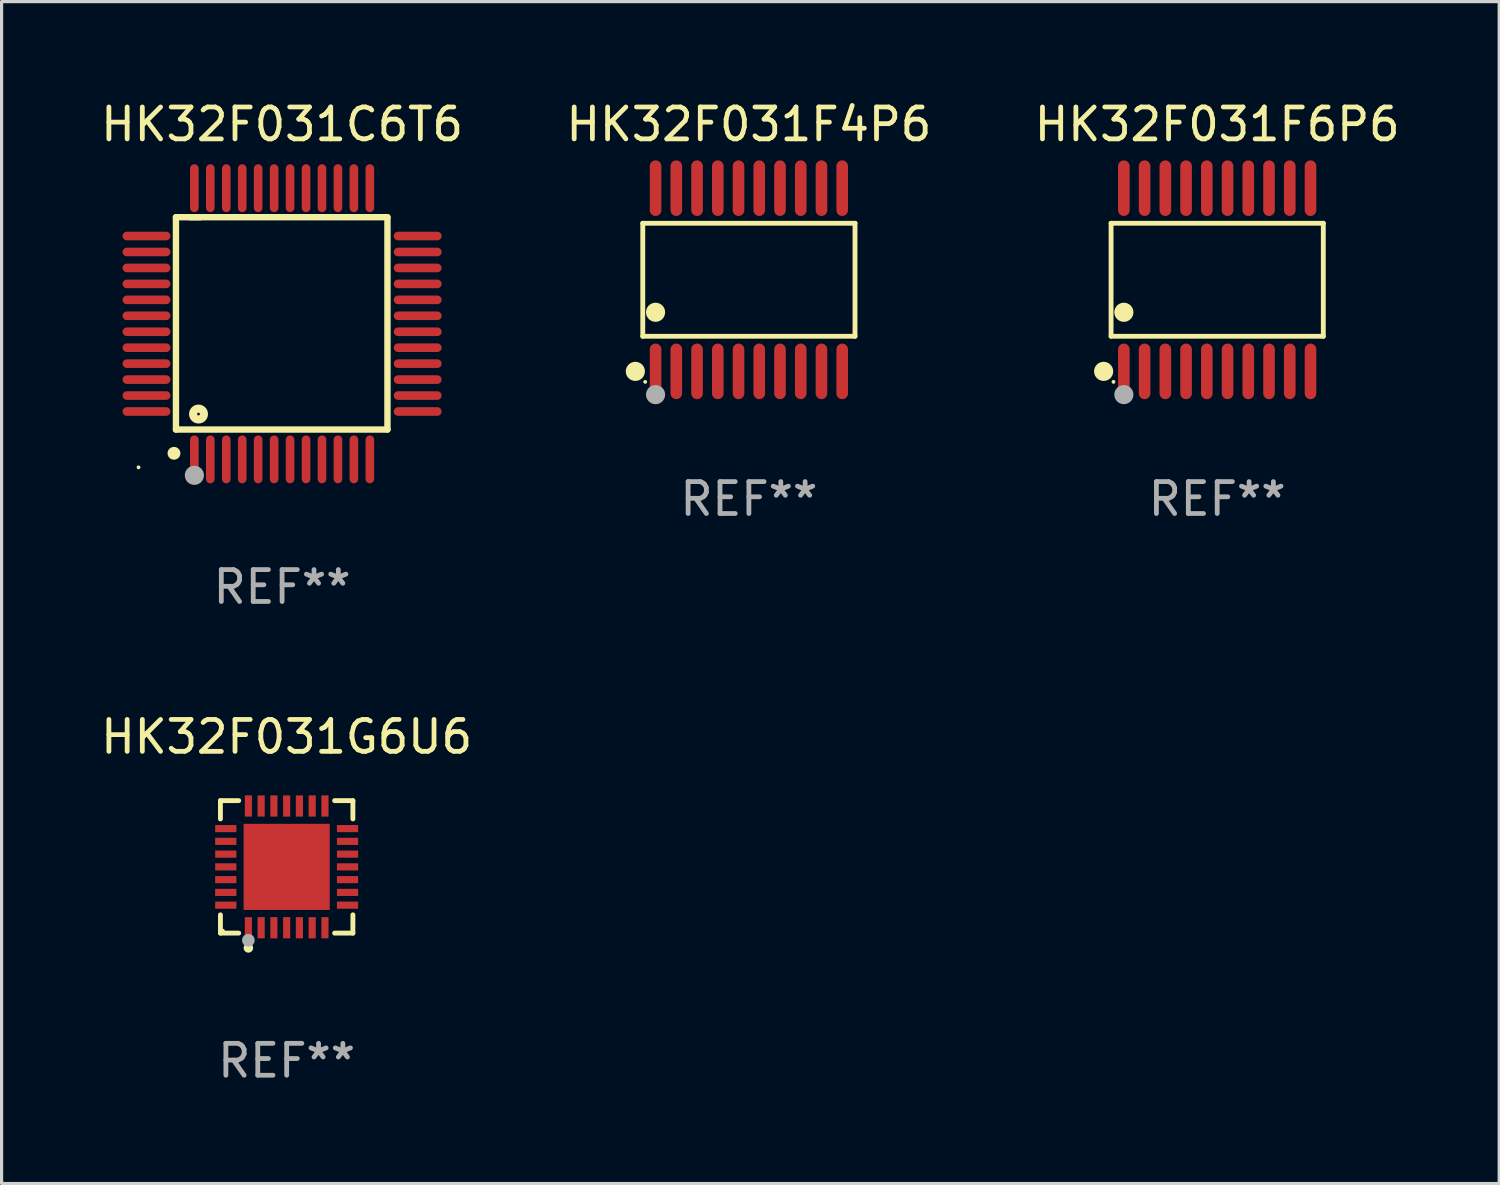
<source format=kicad_pcb>
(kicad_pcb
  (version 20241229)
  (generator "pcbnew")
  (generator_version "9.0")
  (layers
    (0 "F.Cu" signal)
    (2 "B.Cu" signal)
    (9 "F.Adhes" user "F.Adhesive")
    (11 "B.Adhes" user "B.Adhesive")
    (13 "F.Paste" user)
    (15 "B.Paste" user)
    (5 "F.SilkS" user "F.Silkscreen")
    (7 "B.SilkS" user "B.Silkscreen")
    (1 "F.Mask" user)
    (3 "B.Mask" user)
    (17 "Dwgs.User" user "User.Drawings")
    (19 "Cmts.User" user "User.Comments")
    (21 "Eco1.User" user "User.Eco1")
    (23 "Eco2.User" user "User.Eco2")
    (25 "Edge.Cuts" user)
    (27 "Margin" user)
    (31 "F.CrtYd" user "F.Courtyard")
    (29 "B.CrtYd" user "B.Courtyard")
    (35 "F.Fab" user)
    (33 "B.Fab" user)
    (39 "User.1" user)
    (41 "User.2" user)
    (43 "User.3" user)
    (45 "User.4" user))
  (footprint "HK32F031G6U6"
    (layer "F.Cu")
    (at 5.935 24.121)
    (property "Reference" "HK32F031G6U6" (at 0 -4.076 0) (layer "F.SilkS") (effects (font (size 1 1) (thickness 0.15))))
    (attr through_hole)
    (fp_line (start -2.076 -2.076) (end -1.503 -2.076) (stroke (width 0.152) (type solid)) (layer "F.SilkS"))
    (fp_line (start -2.076 -1.503) (end -2.076 -2.076) (stroke (width 0.152) (type solid)) (layer "F.SilkS"))
    (fp_line (start -2.076 1.503) (end -2.076 2.076) (stroke (width 0.152) (type solid)) (layer "F.SilkS"))
    (fp_line (start -2.076 2.076) (end -1.503 2.076) (stroke (width 0.152) (type solid)) (layer "F.SilkS"))
    (fp_line (start 2.076 -2.076) (end 1.503 -2.076) (stroke (width 0.152) (type solid)) (layer "F.SilkS"))
    (fp_line (start 2.076 -1.503) (end 2.076 -2.076) (stroke (width 0.152) (type solid)) (layer "F.SilkS"))
    (fp_line (start 2.076 1.503) (end 2.076 2.076) (stroke (width 0.152) (type solid)) (layer "F.SilkS"))
    (fp_line (start 2.076 2.076) (end 1.503 2.076) (stroke (width 0.152) (type solid)) (layer "F.SilkS"))
    (fp_circle (center -2 2) (end -1.97 2) (stroke (width 0.06) (type solid)) (fill no) (layer "F.SilkS"))
    (fp_circle (center -1.2 2.54) (end -1.125 2.54) (stroke (width 0.15) (type solid)) (fill no) (layer "F.SilkS"))
    (fp_circle (center -1.2 2.3) (end -1.1 2.3) (stroke (width 0.2) (type solid)) (fill no) (layer "F.Fab"))
    (fp_text user "REF**" (at 0 6.076 0) (layer "F.Fab") (effects (font (size 1 1) (thickness 0.15))))
    (pad "1" smd rect (at -1.2 1.908) (size 0.224 0.665) (layers "F.Cu" "F.Mask" "F.Paste"))
    (pad "2" smd rect (at -0.8 1.908) (size 0.224 0.665) (layers "F.Cu" "F.Mask" "F.Paste"))
    (pad "3" smd rect (at -0.4 1.908) (size 0.224 0.665) (layers "F.Cu" "F.Mask" "F.Paste"))
    (pad "4" smd rect (at 0 1.908) (size 0.224 0.665) (layers "F.Cu" "F.Mask" "F.Paste"))
    (pad "5" smd rect (at 0.4 1.908) (size 0.224 0.665) (layers "F.Cu" "F.Mask" "F.Paste"))
    (pad "6" smd rect (at 0.8 1.908) (size 0.224 0.665) (layers "F.Cu" "F.Mask" "F.Paste"))
    (pad "7" smd rect (at 1.2 1.908) (size 0.224 0.665) (layers "F.Cu" "F.Mask" "F.Paste"))
    (pad "8" smd rect (at 1.908 1.2) (size 0.665 0.224) (layers "F.Cu" "F.Mask" "F.Paste"))
    (pad "9" smd rect (at 1.908 0.8) (size 0.665 0.224) (layers "F.Cu" "F.Mask" "F.Paste"))
    (pad "10" smd rect (at 1.908 0.4) (size 0.665 0.224) (layers "F.Cu" "F.Mask" "F.Paste"))
    (pad "11" smd rect (at 1.908 0) (size 0.665 0.224) (layers "F.Cu" "F.Mask" "F.Paste"))
    (pad "12" smd rect (at 1.908 -0.4) (size 0.665 0.224) (layers "F.Cu" "F.Mask" "F.Paste"))
    (pad "13" smd rect (at 1.908 -0.8) (size 0.665 0.224) (layers "F.Cu" "F.Mask" "F.Paste"))
    (pad "14" smd rect (at 1.908 -1.2) (size 0.665 0.224) (layers "F.Cu" "F.Mask" "F.Paste"))
    (pad "15" smd rect (at 1.2 -1.908) (size 0.224 0.665) (layers "F.Cu" "F.Mask" "F.Paste"))
    (pad "16" smd rect (at 0.8 -1.908) (size 0.224 0.665) (layers "F.Cu" "F.Mask" "F.Paste"))
    (pad "17" smd rect (at 0.4 -1.908) (size 0.224 0.665) (layers "F.Cu" "F.Mask" "F.Paste"))
    (pad "18" smd rect (at 0 -1.908) (size 0.224 0.665) (layers "F.Cu" "F.Mask" "F.Paste"))
    (pad "19" smd rect (at -0.4 -1.908) (size 0.224 0.665) (layers "F.Cu" "F.Mask" "F.Paste"))
    (pad "20" smd rect (at -0.8 -1.908) (size 0.224 0.665) (layers "F.Cu" "F.Mask" "F.Paste"))
    (pad "21" smd rect (at -1.2 -1.908) (size 0.224 0.665) (layers "F.Cu" "F.Mask" "F.Paste"))
    (pad "22" smd rect (at -1.908 -1.2) (size 0.665 0.224) (layers "F.Cu" "F.Mask" "F.Paste"))
    (pad "23" smd rect (at -1.908 -0.8) (size 0.665 0.224) (layers "F.Cu" "F.Mask" "F.Paste"))
    (pad "24" smd rect (at -1.908 -0.4) (size 0.665 0.224) (layers "F.Cu" "F.Mask" "F.Paste"))
    (pad "25" smd rect (at -1.908 0) (size 0.665 0.224) (layers "F.Cu" "F.Mask" "F.Paste"))
    (pad "26" smd rect (at -1.908 0.4) (size 0.665 0.224) (layers "F.Cu" "F.Mask" "F.Paste"))
    (pad "27" smd rect (at -1.908 0.8) (size 0.665 0.224) (layers "F.Cu" "F.Mask" "F.Paste"))
    (pad "28" smd rect (at -1.908 1.2) (size 0.665 0.224) (layers "F.Cu" "F.Mask" "F.Paste"))
    (pad "29" smd rect (at 0 0) (size 2.7 2.7) (layers "F.Cu" "F.Mask" "F.Paste")))
  (footprint "HK32F031F4P6"
    (layer "F.Cu")
    (at 20.423 5.719)
    (property "Reference" "HK32F031F4P6" (at 0 -4.871 0) (layer "F.SilkS") (effects (font (size 1 1) (thickness 0.15))))
    (attr through_hole)
    (fp_line (start -3.326 -1.771) (end 3.326 -1.771) (stroke (width 0.152) (type solid)) (layer "F.SilkS"))
    (fp_line (start -3.326 1.771) (end -3.326 -1.771) (stroke (width 0.152) (type solid)) (layer "F.SilkS"))
    (fp_line (start 3.326 -1.771) (end 3.326 1.771) (stroke (width 0.152) (type solid)) (layer "F.SilkS"))
    (fp_line (start 3.326 1.771) (end -3.326 1.771) (stroke (width 0.152) (type solid)) (layer "F.SilkS"))
    (fp_circle (center -3.559 2.871) (end -3.409 2.871) (stroke (width 0.3) (type solid)) (fill no) (layer "F.SilkS"))
    (fp_circle (center -3.25 3.2) (end -3.22 3.2) (stroke (width 0.06) (type solid)) (fill no) (layer "F.SilkS"))
    (fp_circle (center -2.925 1.019) (end -2.775 1.019) (stroke (width 0.3) (type solid)) (fill no) (layer "F.SilkS"))
    (fp_circle (center -2.925 3.6) (end -2.775 3.6) (stroke (width 0.3) (type solid)) (fill no) (layer "F.Fab"))
    (fp_text user "REF**" (at 0 6.871 0) (layer "F.Fab") (effects (font (size 1 1) (thickness 0.15))))
    (pad "1" smd oval (at -2.925 2.871) (size 0.364 1.742) (layers "F.Cu" "F.Mask" "F.Paste"))
    (pad "2" smd oval (at -2.275 2.871) (size 0.364 1.742) (layers "F.Cu" "F.Mask" "F.Paste"))
    (pad "3" smd oval (at -1.625 2.871) (size 0.364 1.742) (layers "F.Cu" "F.Mask" "F.Paste"))
    (pad "4" smd oval (at -0.975 2.871) (size 0.364 1.742) (layers "F.Cu" "F.Mask" "F.Paste"))
    (pad "5" smd oval (at -0.325 2.871) (size 0.364 1.742) (layers "F.Cu" "F.Mask" "F.Paste"))
    (pad "6" smd oval (at 0.325 2.871) (size 0.364 1.742) (layers "F.Cu" "F.Mask" "F.Paste"))
    (pad "7" smd oval (at 0.975 2.871) (size 0.364 1.742) (layers "F.Cu" "F.Mask" "F.Paste"))
    (pad "8" smd oval (at 1.625 2.871) (size 0.364 1.742) (layers "F.Cu" "F.Mask" "F.Paste"))
    (pad "9" smd oval (at 2.275 2.871) (size 0.364 1.742) (layers "F.Cu" "F.Mask" "F.Paste"))
    (pad "10" smd oval (at 2.925 2.871) (size 0.364 1.742) (layers "F.Cu" "F.Mask" "F.Paste"))
    (pad "11" smd oval (at 2.925 -2.871) (size 0.364 1.742) (layers "F.Cu" "F.Mask" "F.Paste"))
    (pad "12" smd oval (at 2.275 -2.871) (size 0.364 1.742) (layers "F.Cu" "F.Mask" "F.Paste"))
    (pad "13" smd oval (at 1.625 -2.871) (size 0.364 1.742) (layers "F.Cu" "F.Mask" "F.Paste"))
    (pad "14" smd oval (at 0.975 -2.871) (size 0.364 1.742) (layers "F.Cu" "F.Mask" "F.Paste"))
    (pad "15" smd oval (at 0.325 -2.871) (size 0.364 1.742) (layers "F.Cu" "F.Mask" "F.Paste"))
    (pad "16" smd oval (at -0.325 -2.871) (size 0.364 1.742) (layers "F.Cu" "F.Mask" "F.Paste"))
    (pad "17" smd oval (at -0.975 -2.871) (size 0.364 1.742) (layers "F.Cu" "F.Mask" "F.Paste"))
    (pad "18" smd oval (at -1.625 -2.871) (size 0.364 1.742) (layers "F.Cu" "F.Mask" "F.Paste"))
    (pad "19" smd oval (at -2.275 -2.871) (size 0.364 1.742) (layers "F.Cu" "F.Mask" "F.Paste"))
    (pad "20" smd oval (at -2.925 -2.871) (size 0.364 1.742) (layers "F.Cu" "F.Mask" "F.Paste")))
  (footprint "HK32F031F6P6"
    (layer "F.Cu")
    (at 35.101 5.719)
    (property "Reference" "HK32F031F6P6" (at 0 -4.871 0) (layer "F.SilkS") (effects (font (size 1 1) (thickness 0.15))))
    (attr through_hole)
    (fp_line (start -3.326 -1.771) (end 3.326 -1.771) (stroke (width 0.152) (type solid)) (layer "F.SilkS"))
    (fp_line (start -3.326 1.771) (end -3.326 -1.771) (stroke (width 0.152) (type solid)) (layer "F.SilkS"))
    (fp_line (start 3.326 -1.771) (end 3.326 1.771) (stroke (width 0.152) (type solid)) (layer "F.SilkS"))
    (fp_line (start 3.326 1.771) (end -3.326 1.771) (stroke (width 0.152) (type solid)) (layer "F.SilkS"))
    (fp_circle (center -3.559 2.871) (end -3.409 2.871) (stroke (width 0.3) (type solid)) (fill no) (layer "F.SilkS"))
    (fp_circle (center -3.25 3.2) (end -3.22 3.2) (stroke (width 0.06) (type solid)) (fill no) (layer "F.SilkS"))
    (fp_circle (center -2.925 1.019) (end -2.775 1.019) (stroke (width 0.3) (type solid)) (fill no) (layer "F.SilkS"))
    (fp_circle (center -2.925 3.6) (end -2.775 3.6) (stroke (width 0.3) (type solid)) (fill no) (layer "F.Fab"))
    (fp_text user "REF**" (at 0 6.871 0) (layer "F.Fab") (effects (font (size 1 1) (thickness 0.15))))
    (pad "1" smd oval (at -2.925 2.871) (size 0.364 1.742) (layers "F.Cu" "F.Mask" "F.Paste"))
    (pad "2" smd oval (at -2.275 2.871) (size 0.364 1.742) (layers "F.Cu" "F.Mask" "F.Paste"))
    (pad "3" smd oval (at -1.625 2.871) (size 0.364 1.742) (layers "F.Cu" "F.Mask" "F.Paste"))
    (pad "4" smd oval (at -0.975 2.871) (size 0.364 1.742) (layers "F.Cu" "F.Mask" "F.Paste"))
    (pad "5" smd oval (at -0.325 2.871) (size 0.364 1.742) (layers "F.Cu" "F.Mask" "F.Paste"))
    (pad "6" smd oval (at 0.325 2.871) (size 0.364 1.742) (layers "F.Cu" "F.Mask" "F.Paste"))
    (pad "7" smd oval (at 0.975 2.871) (size 0.364 1.742) (layers "F.Cu" "F.Mask" "F.Paste"))
    (pad "8" smd oval (at 1.625 2.871) (size 0.364 1.742) (layers "F.Cu" "F.Mask" "F.Paste"))
    (pad "9" smd oval (at 2.275 2.871) (size 0.364 1.742) (layers "F.Cu" "F.Mask" "F.Paste"))
    (pad "10" smd oval (at 2.925 2.871) (size 0.364 1.742) (layers "F.Cu" "F.Mask" "F.Paste"))
    (pad "11" smd oval (at 2.925 -2.871) (size 0.364 1.742) (layers "F.Cu" "F.Mask" "F.Paste"))
    (pad "12" smd oval (at 2.275 -2.871) (size 0.364 1.742) (layers "F.Cu" "F.Mask" "F.Paste"))
    (pad "13" smd oval (at 1.625 -2.871) (size 0.364 1.742) (layers "F.Cu" "F.Mask" "F.Paste"))
    (pad "14" smd oval (at 0.975 -2.871) (size 0.364 1.742) (layers "F.Cu" "F.Mask" "F.Paste"))
    (pad "15" smd oval (at 0.325 -2.871) (size 0.364 1.742) (layers "F.Cu" "F.Mask" "F.Paste"))
    (pad "16" smd oval (at -0.325 -2.871) (size 0.364 1.742) (layers "F.Cu" "F.Mask" "F.Paste"))
    (pad "17" smd oval (at -0.975 -2.871) (size 0.364 1.742) (layers "F.Cu" "F.Mask" "F.Paste"))
    (pad "18" smd oval (at -1.625 -2.871) (size 0.364 1.742) (layers "F.Cu" "F.Mask" "F.Paste"))
    (pad "19" smd oval (at -2.275 -2.871) (size 0.364 1.742) (layers "F.Cu" "F.Mask" "F.Paste"))
    (pad "20" smd oval (at -2.925 -2.871) (size 0.364 1.742) (layers "F.Cu" "F.Mask" "F.Paste")))
  (footprint "HK32F031C6T6"
    (layer "F.Cu")
    (at 5.792 7.098)
    (property "Reference" "HK32F031C6T6" (at 0 -6.25 0) (layer "F.SilkS") (effects (font (size 1 1) (thickness 0.15))))
    (attr through_hole)
    (fp_line (start -3.327 -3.34) (end -2.565 -3.34) (stroke (width 0.2) (type solid)) (layer "F.SilkS"))
    (fp_line (start -3.327 3.315) (end -3.327 -3.34) (stroke (width 0.2) (type solid)) (layer "F.SilkS"))
    (fp_line (start -2.896 -3.34) (end 3.302 -3.34) (stroke (width 0.2) (type solid)) (layer "F.SilkS"))
    (fp_line (start 3.302 -3.34) (end 3.302 3.315) (stroke (width 0.2) (type solid)) (layer "F.SilkS"))
    (fp_line (start 3.302 3.315) (end -3.327 3.315) (stroke (width 0.2) (type solid)) (layer "F.SilkS"))
    (fp_arc (start -3.389992 4.059995) (mid -3.388722 4.059991) (end -3.387452 4.059995) (stroke (width 0.4) (type solid)) (layer "F.SilkS"))
    (fp_circle (center -4.5 4.5) (end -4.47 4.5) (stroke (width 0.06) (type solid)) (fill no) (layer "F.SilkS"))
    (fp_circle (center -2.62 2.83) (end -2.45 2.83) (stroke (width 0.254) (type solid)) (fill no) (layer "F.SilkS"))
    (fp_circle (center -2.75 4.75) (end -2.6 4.75) (stroke (width 0.3) (type solid)) (fill no) (layer "F.Fab"))
    (fp_text user "REF**" (at 0 8.25 0) (layer "F.Fab") (effects (font (size 1 1) (thickness 0.15))))
    (pad "1" smd oval (at -2.75 4.25) (size 0.27 1.5) (layers "F.Cu" "F.Mask" "F.Paste"))
    (pad "2" smd oval (at -2.25 4.25) (size 0.27 1.5) (layers "F.Cu" "F.Mask" "F.Paste"))
    (pad "3" smd oval (at -1.75 4.25) (size 0.27 1.5) (layers "F.Cu" "F.Mask" "F.Paste"))
    (pad "4" smd oval (at -1.25 4.25) (size 0.27 1.5) (layers "F.Cu" "F.Mask" "F.Paste"))
    (pad "5" smd oval (at -0.75 4.25) (size 0.27 1.5) (layers "F.Cu" "F.Mask" "F.Paste"))
    (pad "6" smd oval (at -0.25 4.25) (size 0.27 1.5) (layers "F.Cu" "F.Mask" "F.Paste"))
    (pad "7" smd oval (at 0.25 4.25) (size 0.27 1.5) (layers "F.Cu" "F.Mask" "F.Paste"))
    (pad "8" smd oval (at 0.75 4.25) (size 0.27 1.5) (layers "F.Cu" "F.Mask" "F.Paste"))
    (pad "9" smd oval (at 1.25 4.25) (size 0.27 1.5) (layers "F.Cu" "F.Mask" "F.Paste"))
    (pad "10" smd oval (at 1.75 4.25) (size 0.27 1.5) (layers "F.Cu" "F.Mask" "F.Paste"))
    (pad "11" smd oval (at 2.25 4.25) (size 0.27 1.5) (layers "F.Cu" "F.Mask" "F.Paste"))
    (pad "12" smd oval (at 2.75 4.25) (size 0.27 1.5) (layers "F.Cu" "F.Mask" "F.Paste"))
    (pad "13" smd oval (at 4.25 2.75) (size 1.5 0.27) (layers "F.Cu" "F.Mask" "F.Paste"))
    (pad "14" smd oval (at 4.25 2.25) (size 1.5 0.27) (layers "F.Cu" "F.Mask" "F.Paste"))
    (pad "15" smd oval (at 4.25 1.75) (size 1.5 0.27) (layers "F.Cu" "F.Mask" "F.Paste"))
    (pad "16" smd oval (at 4.25 1.25) (size 1.5 0.27) (layers "F.Cu" "F.Mask" "F.Paste"))
    (pad "17" smd oval (at 4.25 0.75) (size 1.5 0.27) (layers "F.Cu" "F.Mask" "F.Paste"))
    (pad "18" smd oval (at 4.25 0.25) (size 1.5 0.27) (layers "F.Cu" "F.Mask" "F.Paste"))
    (pad "19" smd oval (at 4.25 -0.25) (size 1.5 0.27) (layers "F.Cu" "F.Mask" "F.Paste"))
    (pad "20" smd oval (at 4.25 -0.75) (size 1.5 0.27) (layers "F.Cu" "F.Mask" "F.Paste"))
    (pad "21" smd oval (at 4.25 -1.25) (size 1.5 0.27) (layers "F.Cu" "F.Mask" "F.Paste"))
    (pad "22" smd oval (at 4.25 -1.75) (size 1.5 0.27) (layers "F.Cu" "F.Mask" "F.Paste"))
    (pad "23" smd oval (at 4.25 -2.25) (size 1.5 0.27) (layers "F.Cu" "F.Mask" "F.Paste"))
    (pad "24" smd oval (at 4.25 -2.75) (size 1.5 0.27) (layers "F.Cu" "F.Mask" "F.Paste"))
    (pad "25" smd oval (at 2.75 -4.25) (size 0.27 1.5) (layers "F.Cu" "F.Mask" "F.Paste"))
    (pad "26" smd oval (at 2.25 -4.25) (size 0.27 1.5) (layers "F.Cu" "F.Mask" "F.Paste"))
    (pad "27" smd oval (at 1.75 -4.25) (size 0.27 1.5) (layers "F.Cu" "F.Mask" "F.Paste"))
    (pad "28" smd oval (at 1.25 -4.25) (size 0.27 1.5) (layers "F.Cu" "F.Mask" "F.Paste"))
    (pad "29" smd oval (at 0.75 -4.25) (size 0.27 1.5) (layers "F.Cu" "F.Mask" "F.Paste"))
    (pad "30" smd oval (at 0.25 -4.25) (size 0.27 1.5) (layers "F.Cu" "F.Mask" "F.Paste"))
    (pad "31" smd oval (at -0.25 -4.25) (size 0.27 1.5) (layers "F.Cu" "F.Mask" "F.Paste"))
    (pad "32" smd oval (at -0.75 -4.25) (size 0.27 1.5) (layers "F.Cu" "F.Mask" "F.Paste"))
    (pad "33" smd oval (at -1.25 -4.25) (size 0.27 1.5) (layers "F.Cu" "F.Mask" "F.Paste"))
    (pad "34" smd oval (at -1.75 -4.25) (size 0.27 1.5) (layers "F.Cu" "F.Mask" "F.Paste"))
    (pad "35" smd oval (at -2.25 -4.25) (size 0.27 1.5) (layers "F.Cu" "F.Mask" "F.Paste"))
    (pad "36" smd oval (at -2.75 -4.25) (size 0.27 1.5) (layers "F.Cu" "F.Mask" "F.Paste"))
    (pad "37" smd oval (at -4.25 -2.75) (size 1.5 0.27) (layers "F.Cu" "F.Mask" "F.Paste"))
    (pad "38" smd oval (at -4.25 -2.25) (size 1.5 0.27) (layers "F.Cu" "F.Mask" "F.Paste"))
    (pad "39" smd oval (at -4.25 -1.75) (size 1.5 0.27) (layers "F.Cu" "F.Mask" "F.Paste"))
    (pad "40" smd oval (at -4.25 -1.25) (size 1.5 0.27) (layers "F.Cu" "F.Mask" "F.Paste"))
    (pad "41" smd oval (at -4.25 -0.75) (size 1.5 0.27) (layers "F.Cu" "F.Mask" "F.Paste"))
    (pad "42" smd oval (at -4.25 -0.25) (size 1.5 0.27) (layers "F.Cu" "F.Mask" "F.Paste"))
    (pad "43" smd oval (at -4.25 0.25) (size 1.5 0.27) (layers "F.Cu" "F.Mask" "F.Paste"))
    (pad "44" smd oval (at -4.25 0.75) (size 1.5 0.27) (layers "F.Cu" "F.Mask" "F.Paste"))
    (pad "45" smd oval (at -4.25 1.25) (size 1.5 0.27) (layers "F.Cu" "F.Mask" "F.Paste"))
    (pad "46" smd oval (at -4.25 1.75) (size 1.5 0.27) (layers "F.Cu" "F.Mask" "F.Paste"))
    (pad "47" smd oval (at -4.25 2.25) (size 1.5 0.27) (layers "F.Cu" "F.Mask" "F.Paste"))
    (pad "48" smd oval (at -4.25 2.75) (size 1.5 0.27) (layers "F.Cu" "F.Mask" "F.Paste")))
  (gr_rect
    (start -3 -3)
    (end 43.94 34.045)
    (stroke (width 0.1) (type default))
    (fill no)
    (layer "Edge.Cuts")))
</source>
